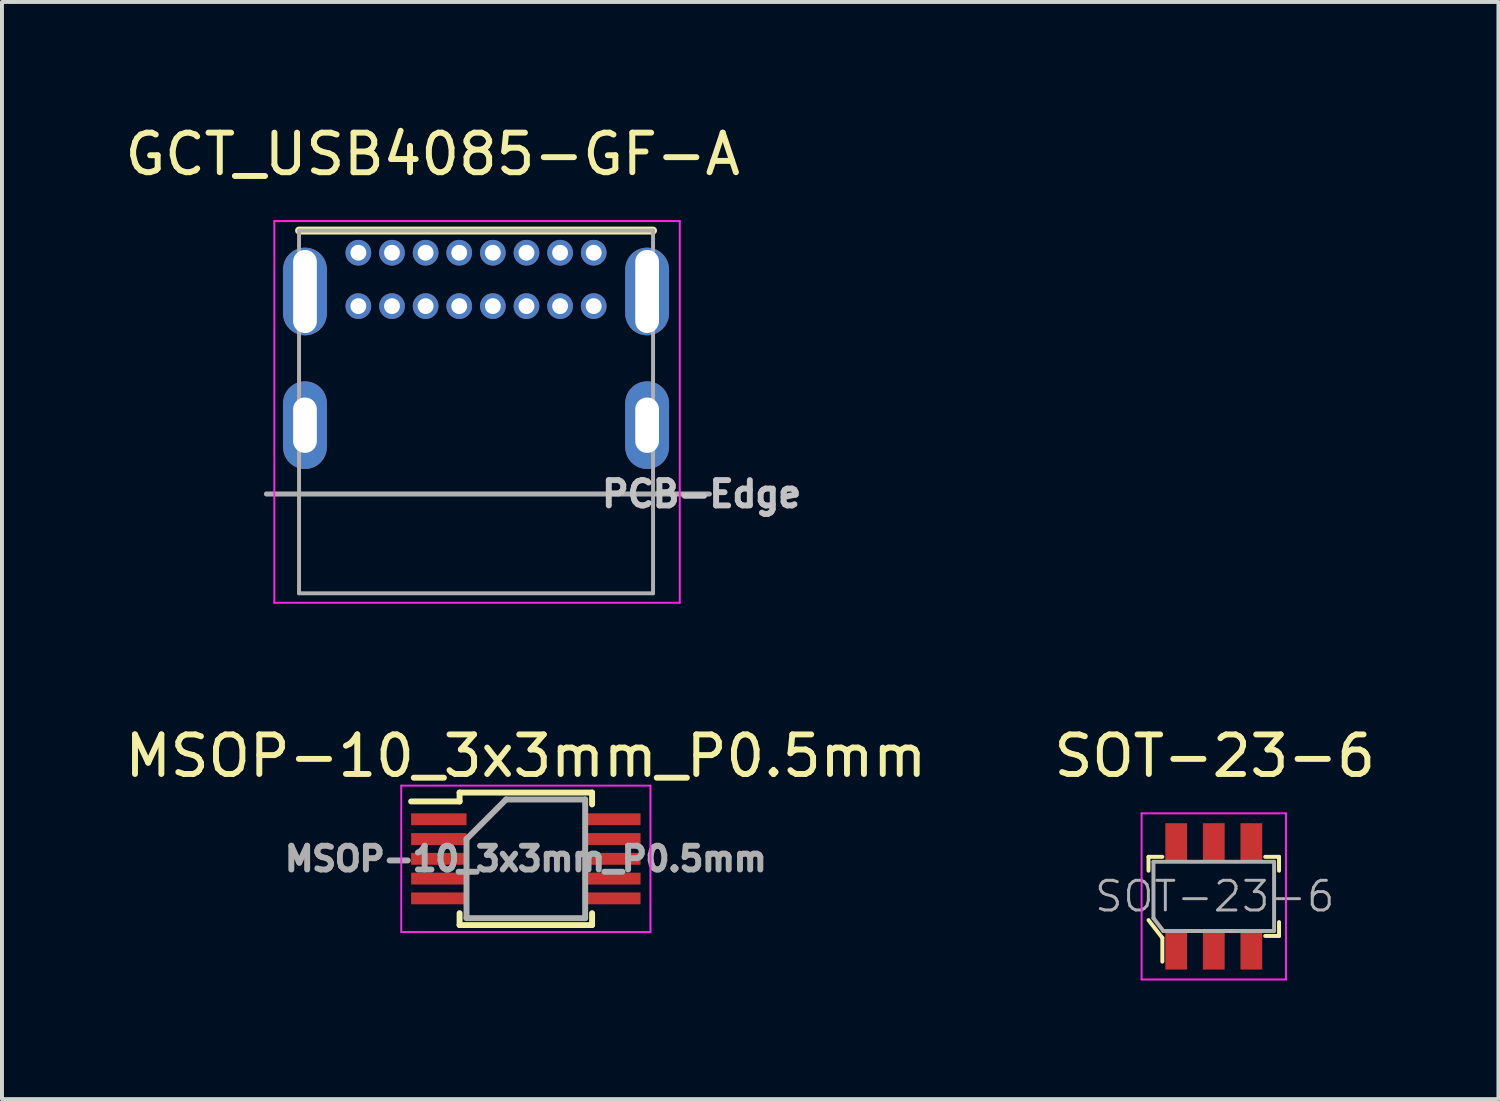
<source format=kicad_pcb>
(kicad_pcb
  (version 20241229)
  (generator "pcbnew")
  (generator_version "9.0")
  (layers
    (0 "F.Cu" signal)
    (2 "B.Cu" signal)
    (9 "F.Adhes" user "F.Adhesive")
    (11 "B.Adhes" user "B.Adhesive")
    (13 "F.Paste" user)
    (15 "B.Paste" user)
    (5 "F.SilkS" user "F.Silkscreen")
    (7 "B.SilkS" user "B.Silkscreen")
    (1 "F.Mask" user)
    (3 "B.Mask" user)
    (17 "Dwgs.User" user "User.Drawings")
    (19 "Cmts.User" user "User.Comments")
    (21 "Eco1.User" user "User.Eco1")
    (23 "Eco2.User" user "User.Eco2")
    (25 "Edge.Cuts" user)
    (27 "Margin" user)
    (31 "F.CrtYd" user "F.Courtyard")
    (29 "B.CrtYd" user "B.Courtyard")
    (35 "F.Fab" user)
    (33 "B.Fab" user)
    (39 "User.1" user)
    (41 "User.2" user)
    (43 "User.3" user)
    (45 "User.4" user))
  (footprint "MSOP-10_3x3mm_P0.5mm"
    (layer "F.Cu")
    (at 10.244 18.662)
    (property "Reference" "MSOP-10_3x3mm_P0.5mm" (at 0 -2.6 0) (layer "F.SilkS") (effects (font (size 1 1) (thickness 0.15))))
    (attr smd)
    (fp_line (start -1.675 -1.675) (end -1.675 -1.45) (stroke (width 0.15) (type solid)) (layer "F.SilkS"))
    (fp_line (start -1.675 -1.675) (end 1.675 -1.675) (stroke (width 0.15) (type solid)) (layer "F.SilkS"))
    (fp_line (start -1.675 -1.45) (end -2.9 -1.45) (stroke (width 0.15) (type solid)) (layer "F.SilkS"))
    (fp_line (start -1.675 1.675) (end -1.675 1.375) (stroke (width 0.15) (type solid)) (layer "F.SilkS"))
    (fp_line (start -1.675 1.675) (end 1.675 1.675) (stroke (width 0.15) (type solid)) (layer "F.SilkS"))
    (fp_line (start 1.675 -1.675) (end 1.675 -1.375) (stroke (width 0.15) (type solid)) (layer "F.SilkS"))
    (fp_line (start 1.675 1.675) (end 1.675 1.375) (stroke (width 0.15) (type solid)) (layer "F.SilkS"))
    (fp_line (start -3.15 -1.85) (end -3.15 1.85) (stroke (width 0.05) (type solid)) (layer "F.CrtYd"))
    (fp_line (start -3.15 -1.85) (end 3.15 -1.85) (stroke (width 0.05) (type solid)) (layer "F.CrtYd"))
    (fp_line (start -3.15 1.85) (end 3.15 1.85) (stroke (width 0.05) (type solid)) (layer "F.CrtYd"))
    (fp_line (start 3.15 -1.85) (end 3.15 1.85) (stroke (width 0.05) (type solid)) (layer "F.CrtYd"))
    (fp_line (start -1.5 -0.5) (end -0.5 -1.5) (stroke (width 0.15) (type solid)) (layer "F.Fab"))
    (fp_line (start -1.5 1.5) (end -1.5 -0.5) (stroke (width 0.15) (type solid)) (layer "F.Fab"))
    (fp_line (start -0.5 -1.5) (end 1.5 -1.5) (stroke (width 0.15) (type solid)) (layer "F.Fab"))
    (fp_line (start 1.5 -1.5) (end 1.5 1.5) (stroke (width 0.15) (type solid)) (layer "F.Fab"))
    (fp_line (start 1.5 1.5) (end -1.5 1.5) (stroke (width 0.15) (type solid)) (layer "F.Fab"))
    (fp_text user "${REFERENCE}" (at 0 0 0) (layer "F.Fab") (effects (font (size 0.6 0.6) (thickness 0.15))))
    (pad "1" smd rect (at -2.2 -1) (size 1.4 0.3) (layers "F.Cu" "F.Mask" "F.Paste"))
    (pad "2" smd rect (at -2.2 -0.5) (size 1.4 0.3) (layers "F.Cu" "F.Mask" "F.Paste"))
    (pad "3" smd rect (at -2.2 0) (size 1.4 0.3) (layers "F.Cu" "F.Mask" "F.Paste"))
    (pad "4" smd rect (at -2.2 0.5) (size 1.4 0.3) (layers "F.Cu" "F.Mask" "F.Paste"))
    (pad "5" smd rect (at -2.2 1) (size 1.4 0.3) (layers "F.Cu" "F.Mask" "F.Paste"))
    (pad "6" smd rect (at 2.2 1) (size 1.4 0.3) (layers "F.Cu" "F.Mask" "F.Paste"))
    (pad "7" smd rect (at 2.2 0.5) (size 1.4 0.3) (layers "F.Cu" "F.Mask" "F.Paste"))
    (pad "8" smd rect (at 2.2 0) (size 1.4 0.3) (layers "F.Cu" "F.Mask" "F.Paste"))
    (pad "9" smd rect (at 2.2 -0.5) (size 1.4 0.3) (layers "F.Cu" "F.Mask" "F.Paste"))
    (pad "10" smd rect (at 2.2 -1) (size 1.4 0.3) (layers "F.Cu" "F.Mask" "F.Paste")))
  (footprint "GCT_USB4085-GF-A"
    (layer "F.Cu")
    (at 8.985 7.364)
    (property "Reference" "GCT_USB4085-GF-A" (at -1.097 -6.515 0) (layer "F.SilkS") (effects (font (size 1 1) (thickness 0.15))))
    (fp_line (start -4.475 -4.585) (end 4.475 -4.585) (stroke (width 0.2) (type solid)) (layer "F.SilkS"))
    (fp_line (start -5.1 -4.825) (end 5.15 -4.825) (stroke (width 0.05) (type solid)) (layer "F.CrtYd"))
    (fp_line (start -5.1 4.825) (end -5.1 -4.825) (stroke (width 0.05) (type solid)) (layer "F.CrtYd"))
    (fp_line (start 5.15 -4.825) (end 5.15 4.825) (stroke (width 0.05) (type solid)) (layer "F.CrtYd"))
    (fp_line (start 5.15 4.825) (end -5.1 4.825) (stroke (width 0.05) (type solid)) (layer "F.CrtYd"))
    (fp_line (start -5.3 2.075) (end 5.9 2.075) (stroke (width 0.127) (type solid)) (layer "F.Fab"))
    (fp_line (start -4.475 -4.585) (end 4.475 -4.585) (stroke (width 0.1) (type solid)) (layer "F.Fab"))
    (fp_line (start -4.475 4.585) (end -4.475 -4.585) (stroke (width 0.1) (type solid)) (layer "F.Fab"))
    (fp_line (start 4.475 -4.585) (end 4.475 4.585) (stroke (width 0.1) (type solid)) (layer "F.Fab"))
    (fp_line (start 4.475 4.585) (end -4.475 4.585) (stroke (width 0.1) (type solid)) (layer "F.Fab"))
    (fp_text user "PCB-Edge" (at 5.703 2.076 0) (layer "Dwgs.User") (effects (font (size 0.64 0.64) (thickness 0.15))))
    (pad "A1" thru_hole circle (at -2.975 -4.025) (size 0.65 0.65) (drill 0.4) (layers "*.Cu" "*.Mask"))
    (pad "A4" thru_hole circle (at -2.125 -4.025) (size 0.65 0.65) (drill 0.4) (layers "*.Cu" "*.Mask"))
    (pad "A5" thru_hole circle (at -1.275 -4.025) (size 0.65 0.65) (drill 0.4) (layers "*.Cu" "*.Mask"))
    (pad "A6" thru_hole circle (at -0.425 -4.025) (size 0.65 0.65) (drill 0.4) (layers "*.Cu" "*.Mask"))
    (pad "A7" thru_hole circle (at 0.425 -4.025) (size 0.65 0.65) (drill 0.4) (layers "*.Cu" "*.Mask"))
    (pad "A8" thru_hole circle (at 1.275 -4.025) (size 0.65 0.65) (drill 0.4) (layers "*.Cu" "*.Mask"))
    (pad "A9" thru_hole circle (at 2.125 -4.025) (size 0.65 0.65) (drill 0.4) (layers "*.Cu" "*.Mask"))
    (pad "A12" thru_hole circle (at 2.975 -4.025) (size 0.65 0.65) (drill 0.4) (layers "*.Cu" "*.Mask"))
    (pad "B1" thru_hole circle (at 2.975 -2.675) (size 0.65 0.65) (drill 0.4) (layers "*.Cu" "*.Mask"))
    (pad "B4" thru_hole circle (at 2.125 -2.675) (size 0.65 0.65) (drill 0.4) (layers "*.Cu" "*.Mask"))
    (pad "B5" thru_hole circle (at 1.275 -2.675) (size 0.65 0.65) (drill 0.4) (layers "*.Cu" "*.Mask"))
    (pad "B6" thru_hole circle (at 0.425 -2.675) (size 0.65 0.65) (drill 0.4) (layers "*.Cu" "*.Mask"))
    (pad "B7" thru_hole circle (at -0.425 -2.675) (size 0.65 0.65) (drill 0.4) (layers "*.Cu" "*.Mask"))
    (pad "B8" thru_hole circle (at -1.275 -2.675) (size 0.65 0.65) (drill 0.4) (layers "*.Cu" "*.Mask"))
    (pad "B9" thru_hole circle (at -2.125 -2.675) (size 0.65 0.65) (drill 0.4) (layers "*.Cu" "*.Mask"))
    (pad "B12" thru_hole circle (at -2.975 -2.675) (size 0.65 0.65) (drill 0.4) (layers "*.Cu" "*.Mask"))
    (pad "S1" thru_hole oval (at -4.325 -3.045) (size 1.108 2.216) (drill oval 0.6 2.1) (layers "*.Cu" "*.Mask"))
    (pad "S1" thru_hole oval (at -4.325 0.335) (size 1.108 2.216) (drill oval 0.6 1.4) (layers "*.Cu" "*.Mask"))
    (pad "S1" thru_hole oval (at 4.325 -3.045) (size 1.108 2.216) (drill oval 0.6 2.1) (layers "*.Cu" "*.Mask"))
    (pad "S1" thru_hole oval (at 4.325 0.335) (size 1.108 2.216) (drill oval 0.6 1.4) (layers "*.Cu" "*.Mask")))
  (footprint "SOT-23-6"
    (layer "F.Cu")
    (at 27.636 19.612)
    (property "Reference" "SOT-23-6" (at 0.025 -3.55 0) (layer "F.SilkS") (effects (font (size 1 1) (thickness 0.15))))
    (attr smd)
    (fp_line (start -1.65 -1) (end -1.65 -0.65) (stroke (width 0.1) (type solid)) (layer "F.SilkS"))
    (fp_line (start -1.3 -1) (end -1.65 -1) (stroke (width 0.1) (type solid)) (layer "F.SilkS"))
    (fp_line (start -1.3 1.05) (end -1.65 0.6) (stroke (width 0.1) (type solid)) (layer "F.SilkS"))
    (fp_line (start -1.3 1.65) (end -1.3 1.05) (stroke (width 0.1) (type solid)) (layer "F.SilkS"))
    (fp_line (start 1.3 -1) (end 1.65 -1) (stroke (width 0.1) (type solid)) (layer "F.SilkS"))
    (fp_line (start 1.65 -1) (end 1.65 -0.65) (stroke (width 0.1) (type solid)) (layer "F.SilkS"))
    (fp_line (start 1.65 0.65) (end 1.65 1) (stroke (width 0.1) (type solid)) (layer "F.SilkS"))
    (fp_line (start 1.65 1) (end 1.3 1) (stroke (width 0.1) (type solid)) (layer "F.SilkS"))
    (fp_line (start -1.825 -2.1) (end 1.825 -2.1) (stroke (width 0.05) (type solid)) (layer "F.CrtYd"))
    (fp_line (start -1.825 2.1) (end -1.825 -2.1) (stroke (width 0.05) (type solid)) (layer "F.CrtYd"))
    (fp_line (start 1.825 -2.1) (end 1.825 2.1) (stroke (width 0.05) (type solid)) (layer "F.CrtYd"))
    (fp_line (start 1.825 2.1) (end -1.825 2.1) (stroke (width 0.05) (type solid)) (layer "F.CrtYd"))
    (fp_line (start -1.525 0.55) (end -1.525 -0.875) (stroke (width 0.1) (type solid)) (layer "F.Fab"))
    (fp_line (start -1.525 0.55) (end -1.275 0.875) (stroke (width 0.1) (type solid)) (layer "F.Fab"))
    (fp_line (start 1.525 -0.875) (end -1.525 -0.875) (stroke (width 0.1) (type solid)) (layer "F.Fab"))
    (fp_line (start 1.525 0.875) (end -1.275 0.875) (stroke (width 0.1) (type solid)) (layer "F.Fab"))
    (fp_line (start 1.525 0.875) (end 1.525 -0.875) (stroke (width 0.1) (type solid)) (layer "F.Fab"))
    (fp_text user "${REFERENCE}" (at 0.025 0 0) (layer "F.Fab") (effects (font (size 0.75 0.75) (thickness 0.075))))
    (pad "1" smd rect (at -0.95 1.35) (size 0.55 1) (layers "F.Cu" "F.Mask" "F.Paste"))
    (pad "2" smd rect (at 0 1.35) (size 0.55 1) (layers "F.Cu" "F.Mask" "F.Paste"))
    (pad "3" smd rect (at 0.95 1.35) (size 0.55 1) (layers "F.Cu" "F.Mask" "F.Paste"))
    (pad "4" smd rect (at 0.95 -1.35) (size 0.55 1) (layers "F.Cu" "F.Mask" "F.Paste"))
    (pad "5" smd rect (at 0 -1.35) (size 0.55 1) (layers "F.Cu" "F.Mask" "F.Paste"))
    (pad "6" smd rect (at -0.95 -1.35) (size 0.55 1) (layers "F.Cu" "F.Mask" "F.Paste")))
  (gr_rect
    (start -3 -3)
    (end 34.833 24.737)
    (stroke (width 0.1) (type default))
    (fill no)
    (layer "Edge.Cuts")))
</source>
